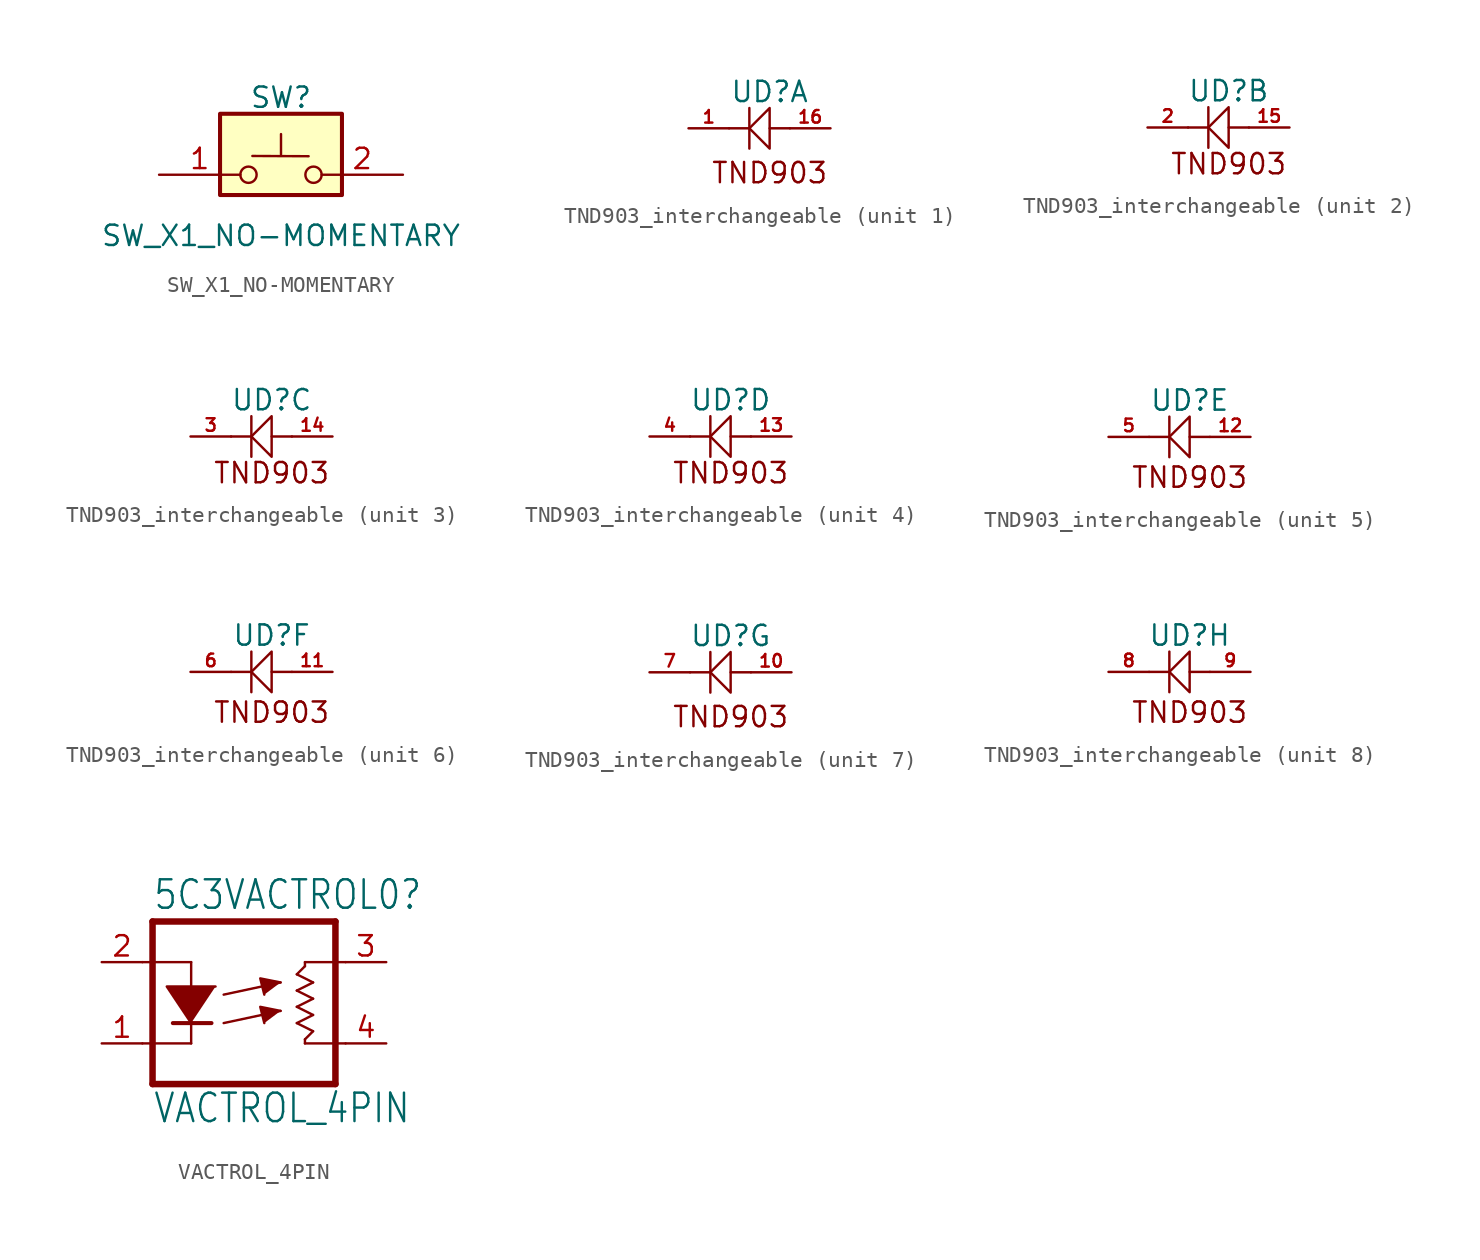
<source format=kicad_sym>
(kicad_symbol_lib
  (version 20241209)
  (generator "kicad_symbol_editor")
  (generator_version "9.0")
  (symbol "SW_X1_NO-MOMENTARY"
    (pin_names
      (offset 0)
      (hide yes))
    (property "Reference" "SW"
      (at 0 4.826 0)
      (effects (font (size 1.27 1.27))))
    (property "Value" "SW_X1_NO-MOMENTARY"
      (at 0 -3.81 0)
      (effects (font (size 1.27 1.27))))
    (symbol "SW_X1_NO-MOMENTARY_0_0"
      (circle (center -2.032 0) (radius 0.508) (stroke (width 0) (type default)) (fill (type none)))
      (polyline (pts (xy -1.79 1.173) (xy 1.726 1.157)) (stroke (width 0) (type default)) (fill (type none)))
      (circle (center 2.032 0) (radius 0.508) (stroke (width 0) (type default)) (fill (type none))))
    (symbol "SW_X1_NO-MOMENTARY_0_1"
      (rectangle (start -3.81 3.81) (end 3.81 -1.27) (stroke (width 0.254) (type default)) (fill (type background)))
      (rectangle (start 0 1.27) (end 0 2.54) (stroke (width 0) (type default)) (fill (type none))))
    (symbol "SW_X1_NO-MOMENTARY_1_1"
      (pin passive line (at -7.62 0 0) (length 5.08) (name "~" (effects (font (size 1.27 1.27)))) (number "1" (effects (font (size 1.27 1.27)))))
      (pin passive line (at 7.62 0 180) (length 5.08) (name "~" (effects (font (size 1.27 1.27)))) (number "2" (effects (font (size 1.27 1.27)))))))
  (symbol "TND903_interchangeable"
    (pin_names
      (offset 0.254))
    (property "Reference" "UD"
      (at 0 2.286 0)
      (effects (font (size 1.27 1.27))))
    (property "Value" ""
      (at 0 0 0)
      (effects (font (size 1.27 1.27))))
    (property "ki_locked" ""
      (at 0 0 0)
      (effects (font (size 1.27 1.27))))
    (symbol "TND903_interchangeable_1_1"
      (polyline (pts (xy -1.27 1.27) (xy -1.27 -1.27)) (stroke (width 0) (type default)) (fill (type none)))
      (polyline (pts (xy -1.27 0) (xy -2.54 0)) (stroke (width 0) (type default)) (fill (type none)))
      (polyline (pts (xy -1.27 0) (xy 0 1.27) (xy 0 -1.27) (xy -1.27 0)) (stroke (width 0) (type default)) (fill (type none)))
      (polyline (pts (xy 1.27 0) (xy 0 0)) (stroke (width 0) (type default)) (fill (type none)))
      (text "TND903" (at 0 -2.794 0) (effects (font (size 1.27 1.27))))
      (pin output line (at -5.08 0 0) (length 2.54) (name "Cathode" (effects (font (size 0 0)))) (number "1" (effects (font (size 0.787 0.787)))))
      (pin input line (at 3.81 0 180) (length 2.54) (name "Anode" (effects (font (size 0 0)))) (number "16" (effects (font (size 0.787 0.787))))))
    (symbol "TND903_interchangeable_2_1"
      (polyline (pts (xy -1.27 1.27) (xy -1.27 -1.27)) (stroke (width 0) (type default)) (fill (type none)))
      (polyline (pts (xy -1.27 0) (xy -2.54 0)) (stroke (width 0) (type default)) (fill (type none)))
      (polyline (pts (xy -1.27 0) (xy 0 1.27) (xy 0 -1.27) (xy -1.27 0)) (stroke (width 0) (type default)) (fill (type none)))
      (polyline (pts (xy 1.27 0) (xy 0 0)) (stroke (width 0) (type default)) (fill (type none)))
      (text "TND903" (at 0 -2.286 0) (effects (font (size 1.27 1.27))))
      (pin output line (at -5.08 0 0) (length 2.54) (name "Cathode" (effects (font (size 0 0)))) (number "2" (effects (font (size 0.787 0.787)))))
      (pin input line (at 3.81 0 180) (length 2.54) (name "Anode" (effects (font (size 0 0)))) (number "15" (effects (font (size 0.787 0.787))))))
    (symbol "TND903_interchangeable_3_1"
      (polyline (pts (xy -1.27 1.27) (xy -1.27 -1.27)) (stroke (width 0) (type default)) (fill (type none)))
      (polyline (pts (xy -1.27 0) (xy -2.54 0)) (stroke (width 0) (type default)) (fill (type none)))
      (polyline (pts (xy -1.27 0) (xy 0 1.27) (xy 0 -1.27) (xy -1.27 0)) (stroke (width 0) (type default)) (fill (type none)))
      (polyline (pts (xy 1.27 0) (xy 0 0)) (stroke (width 0) (type default)) (fill (type none)))
      (text "TND903" (at 0 -2.286 0) (effects (font (size 1.27 1.27))))
      (pin output line (at -5.08 0 0) (length 2.54) (name "Cathode" (effects (font (size 0 0)))) (number "3" (effects (font (size 0.787 0.787)))))
      (pin input line (at 3.81 0 180) (length 2.54) (name "Anode" (effects (font (size 0 0)))) (number "14" (effects (font (size 0.787 0.787))))))
    (symbol "TND903_interchangeable_4_1"
      (polyline (pts (xy -1.27 1.27) (xy -1.27 -1.27)) (stroke (width 0) (type default)) (fill (type none)))
      (polyline (pts (xy -1.27 0) (xy -2.54 0)) (stroke (width 0) (type default)) (fill (type none)))
      (polyline (pts (xy -1.27 0) (xy 0 1.27) (xy 0 -1.27) (xy -1.27 0)) (stroke (width 0) (type default)) (fill (type none)))
      (polyline (pts (xy 1.27 0) (xy 0 0)) (stroke (width 0) (type default)) (fill (type none)))
      (text "TND903" (at 0 -2.286 0) (effects (font (size 1.27 1.27))))
      (pin output line (at -5.08 0 0) (length 2.54) (name "Cathode" (effects (font (size 0 0)))) (number "4" (effects (font (size 0.787 0.787)))))
      (pin input line (at 3.81 0 180) (length 2.54) (name "Anode" (effects (font (size 0 0)))) (number "13" (effects (font (size 0.787 0.787))))))
    (symbol "TND903_interchangeable_5_1"
      (polyline (pts (xy -1.27 1.27) (xy -1.27 -1.27)) (stroke (width 0) (type default)) (fill (type none)))
      (polyline (pts (xy -1.27 0) (xy -2.54 0)) (stroke (width 0) (type default)) (fill (type none)))
      (polyline (pts (xy -1.27 0) (xy 0 1.27) (xy 0 -1.27) (xy -1.27 0)) (stroke (width 0) (type default)) (fill (type none)))
      (polyline (pts (xy 1.27 0) (xy 0 0)) (stroke (width 0) (type default)) (fill (type none)))
      (text "TND903" (at 0 -2.54 0) (effects (font (size 1.27 1.27))))
      (pin output line (at -5.08 0 0) (length 2.54) (name "Cathode" (effects (font (size 0 0)))) (number "5" (effects (font (size 0.787 0.787)))))
      (pin input line (at 3.81 0 180) (length 2.54) (name "Anode" (effects (font (size 0 0)))) (number "12" (effects (font (size 0.787 0.787))))))
    (symbol "TND903_interchangeable_6_1"
      (polyline (pts (xy -1.27 1.27) (xy -1.27 -1.27)) (stroke (width 0) (type default)) (fill (type none)))
      (polyline (pts (xy -1.27 0) (xy -2.54 0)) (stroke (width 0) (type default)) (fill (type none)))
      (polyline (pts (xy -1.27 0) (xy 0 1.27) (xy 0 -1.27) (xy -1.27 0)) (stroke (width 0) (type default)) (fill (type none)))
      (polyline (pts (xy 1.27 0) (xy 0 0)) (stroke (width 0) (type default)) (fill (type none)))
      (text "TND903" (at 0 -2.54 0) (effects (font (size 1.27 1.27))))
      (pin output line (at -5.08 0 0) (length 2.54) (name "Cathode" (effects (font (size 0 0)))) (number "6" (effects (font (size 0.787 0.787)))))
      (pin input line (at 3.81 0 180) (length 2.54) (name "Anode" (effects (font (size 0 0)))) (number "11" (effects (font (size 0.787 0.787))))))
    (symbol "TND903_interchangeable_7_1"
      (polyline (pts (xy -1.27 1.27) (xy -1.27 -1.27)) (stroke (width 0) (type default)) (fill (type none)))
      (polyline (pts (xy -1.27 0) (xy -2.54 0)) (stroke (width 0) (type default)) (fill (type none)))
      (polyline (pts (xy -1.27 0) (xy 0 1.27) (xy 0 -1.27) (xy -1.27 0)) (stroke (width 0) (type default)) (fill (type none)))
      (polyline (pts (xy 1.27 0) (xy 0 0)) (stroke (width 0) (type default)) (fill (type none)))
      (text "TND903" (at 0 -2.794 0) (effects (font (size 1.27 1.27))))
      (pin output line (at -5.08 0 0) (length 2.54) (name "Cathode" (effects (font (size 0 0)))) (number "7" (effects (font (size 0.787 0.787)))))
      (pin input line (at 3.81 0 180) (length 2.54) (name "Anode" (effects (font (size 0 0)))) (number "10" (effects (font (size 0.787 0.787))))))
    (symbol "TND903_interchangeable_8_1"
      (polyline (pts (xy -1.27 1.27) (xy -1.27 -1.27)) (stroke (width 0) (type default)) (fill (type none)))
      (polyline (pts (xy -1.27 0) (xy -2.54 0)) (stroke (width 0) (type default)) (fill (type none)))
      (polyline (pts (xy -1.27 0) (xy 0 1.27) (xy 0 -1.27) (xy -1.27 0)) (stroke (width 0) (type default)) (fill (type none)))
      (polyline (pts (xy 1.27 0) (xy 0 0)) (stroke (width 0) (type default)) (fill (type none)))
      (text "TND903" (at 0 -2.54 0) (effects (font (size 1.27 1.27))))
      (pin output line (at -5.08 0 0) (length 2.54) (name "Cathode" (effects (font (size 0 0)))) (number "8" (effects (font (size 0.787 0.787)))))
      (pin input line (at 3.81 0 180) (length 2.54) (name "Anode" (effects (font (size 0 0)))) (number "9" (effects (font (size 0.787 0.787)))))))
  (symbol "VACTROL_4PIN"
    (property "Reference" "5C3VACTROL0"
      (at -6.985 5.715 0)
      (effects (font (size 1.778 1.511)) (justify left bottom)))
    (property "Value" "VACTROL_4PIN"
      (at -6.985 -7.62 0)
      (effects (font (size 1.778 1.511)) (justify left bottom)))
    (property "ki_locked" ""
      (at 0 0 0)
      (effects (font (size 1.27 1.27))))
    (symbol "VACTROL_4PIN_1_0"
      (polyline (pts (xy -6.985 5.08) (xy -6.985 -5.08)) (stroke (width 0.406) (type solid)) (fill (type none)))
      (polyline (pts (xy -6.985 5.08) (xy 4.445 5.08)) (stroke (width 0.406) (type solid)) (fill (type none)))
      (polyline (pts (xy -6.985 -5.08) (xy 4.445 -5.08)) (stroke (width 0.406) (type solid)) (fill (type none)))
      (polyline (pts (xy -4.572 2.54) (xy -7.62 2.54)) (stroke (width 0.152) (type solid)) (fill (type none)))
      (polyline (pts (xy -4.572 2.54) (xy -4.572 1.016)) (stroke (width 0.152) (type solid)) (fill (type none)))
      (polyline (pts (xy -4.572 -1.27) (xy -5.715 -1.27)) (stroke (width 0.254) (type solid)) (fill (type none)))
      (polyline (pts (xy -4.572 -1.27) (xy -4.572 -2.54)) (stroke (width 0.152) (type solid)) (fill (type none)))
      (polyline (pts (xy -4.572 -1.27) (xy -6.096 1.016) (xy -3.048 1.016)) (stroke (width 0.152) (type solid)) (fill (type outline)))
      (polyline (pts (xy -4.572 -2.54) (xy -7.62 -2.54)) (stroke (width 0.152) (type solid)) (fill (type none)))
      (polyline (pts (xy -3.302 -1.27) (xy -4.572 -1.27)) (stroke (width 0.254) (type solid)) (fill (type none)))
      (polyline (pts (xy -2.54 0.508) (xy 1.016 1.27)) (stroke (width 0.152) (type solid)) (fill (type none)))
      (polyline (pts (xy -2.54 -1.27) (xy 1.016 -0.508)) (stroke (width 0.152) (type solid)) (fill (type none)))
      (polyline (pts (xy 1.016 1.27) (xy -0.254 1.524) (xy 0 0.508)) (stroke (width 0.152) (type solid)) (fill (type outline)))
      (polyline (pts (xy 1.016 -0.508) (xy -0.254 -0.254) (xy 0 -1.27)) (stroke (width 0.152) (type solid)) (fill (type outline)))
      (polyline (pts (xy 2.032 1.778) (xy 3.048 1.27)) (stroke (width 0.152) (type solid)) (fill (type none)))
      (polyline (pts (xy 2.032 0.762) (xy 3.048 0.254)) (stroke (width 0.152) (type solid)) (fill (type none)))
      (polyline (pts (xy 2.032 -0.254) (xy 3.048 -0.762)) (stroke (width 0.152) (type solid)) (fill (type none)))
      (polyline (pts (xy 2.032 -1.27) (xy 3.048 -1.778)) (stroke (width 0.152) (type solid)) (fill (type none)))
      (polyline (pts (xy 2.54 2.54) (xy 2.54 2.286)) (stroke (width 0.152) (type solid)) (fill (type none)))
      (polyline (pts (xy 2.54 2.54) (xy 5.08 2.54)) (stroke (width 0.152) (type solid)) (fill (type none)))
      (polyline (pts (xy 2.54 2.286) (xy 2.032 1.778)) (stroke (width 0.152) (type solid)) (fill (type none)))
      (polyline (pts (xy 2.54 -2.54) (xy 2.54 -2.286)) (stroke (width 0.152) (type solid)) (fill (type none)))
      (polyline (pts (xy 2.54 -2.54) (xy 5.08 -2.54)) (stroke (width 0.152) (type solid)) (fill (type none)))
      (polyline (pts (xy 3.048 1.27) (xy 2.032 0.762)) (stroke (width 0.152) (type solid)) (fill (type none)))
      (polyline (pts (xy 3.048 0.254) (xy 2.032 -0.254)) (stroke (width 0.152) (type solid)) (fill (type none)))
      (polyline (pts (xy 3.048 -0.762) (xy 2.032 -1.27)) (stroke (width 0.152) (type solid)) (fill (type none)))
      (polyline (pts (xy 3.048 -1.778) (xy 2.54 -2.286)) (stroke (width 0.152) (type solid)) (fill (type none)))
      (polyline (pts (xy 4.445 5.08) (xy 4.445 -5.08)) (stroke (width 0.406) (type solid)) (fill (type none)))
      (pin passive line (at -10.16 2.54 0) (length 2.54) (name "LED+" (effects (font (size 0 0)))) (number "2" (effects (font (size 1.27 1.27)))))
      (pin passive line (at -10.16 -2.54 0) (length 2.54) (name "LED-" (effects (font (size 0 0)))) (number "1" (effects (font (size 1.27 1.27)))))
      (pin passive line (at 7.62 2.54 180) (length 2.54) (name "RES1" (effects (font (size 0 0)))) (number "3" (effects (font (size 1.27 1.27)))))
      (pin passive line (at 7.62 -2.54 180) (length 2.54) (name "RES2" (effects (font (size 0 0)))) (number "4" (effects (font (size 1.27 1.27))))))))
</source>
